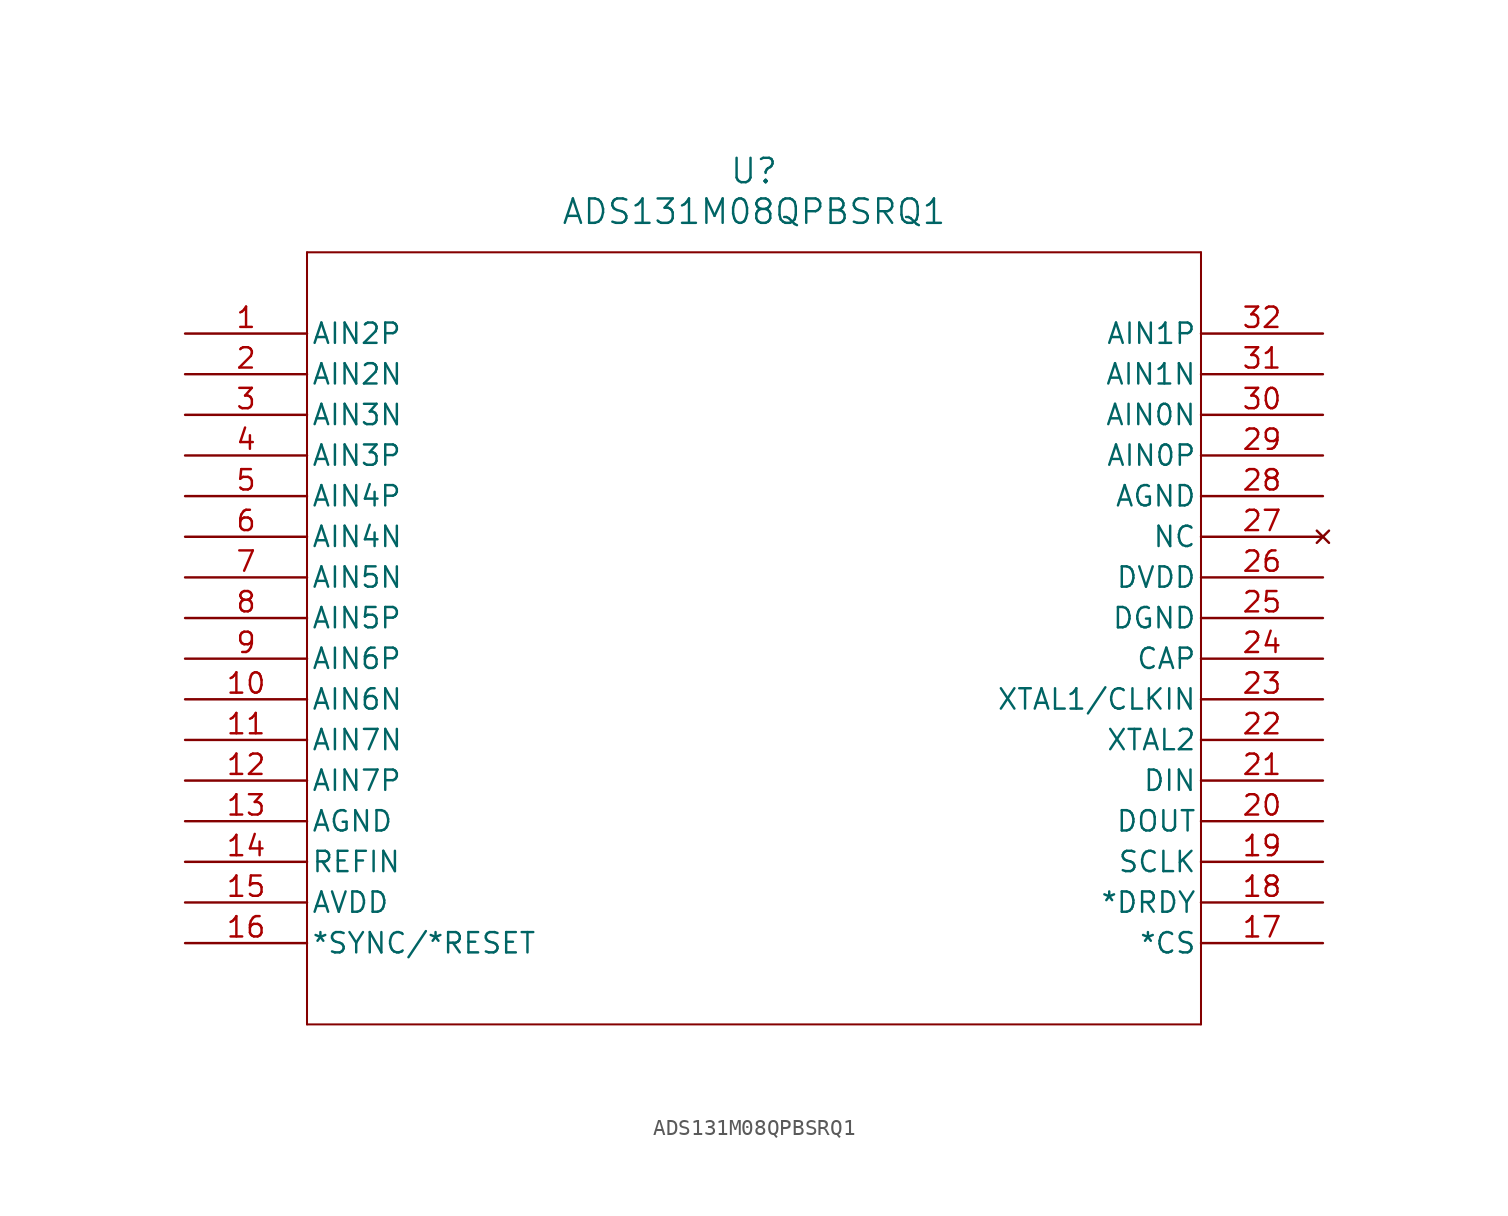
<source format=kicad_sym>
(kicad_symbol_lib
  (version 20211014)
  (generator kicad_symbol_editor)
  (symbol "ADS131M08QPBSRQ1"
    (pin_names
      (offset 0.254))
    (property "Reference" "U"
      (at 35.56 10.16 0)
      (effects (font (size 1.524 1.524))))
    (property "Value" "ADS131M08QPBSRQ1"
      (at 35.56 7.62 0)
      (effects (font (size 1.524 1.524))))
    (symbol "ADS131M08QPBSRQ1_0_1"
      (polyline (pts (xy 7.62 5.08) (xy 7.62 -43.18)) (stroke (width 0.127) (type default) (color 0 0 0 0)) (fill (type none)))
      (polyline (pts (xy 7.62 -43.18) (xy 63.5 -43.18)) (stroke (width 0.127) (type default) (color 0 0 0 0)) (fill (type none)))
      (polyline (pts (xy 63.5 -43.18) (xy 63.5 5.08)) (stroke (width 0.127) (type default) (color 0 0 0 0)) (fill (type none)))
      (polyline (pts (xy 63.5 5.08) (xy 7.62 5.08)) (stroke (width 0.127) (type default) (color 0 0 0 0)) (fill (type none)))
      (pin input line (at 0 0 0) (length 7.62) (name "AIN2P" (effects (font (size 1.27 1.27)))) (number "1" (effects (font (size 1.27 1.27)))))
      (pin input line (at 0 -2.54 0) (length 7.62) (name "AIN2N" (effects (font (size 1.27 1.27)))) (number "2" (effects (font (size 1.27 1.27)))))
      (pin input line (at 0 -5.08 0) (length 7.62) (name "AIN3N" (effects (font (size 1.27 1.27)))) (number "3" (effects (font (size 1.27 1.27)))))
      (pin input line (at 0 -7.62 0) (length 7.62) (name "AIN3P" (effects (font (size 1.27 1.27)))) (number "4" (effects (font (size 1.27 1.27)))))
      (pin input line (at 0 -10.16 0) (length 7.62) (name "AIN4P" (effects (font (size 1.27 1.27)))) (number "5" (effects (font (size 1.27 1.27)))))
      (pin input line (at 0 -12.7 0) (length 7.62) (name "AIN4N" (effects (font (size 1.27 1.27)))) (number "6" (effects (font (size 1.27 1.27)))))
      (pin input line (at 0 -15.24 0) (length 7.62) (name "AIN5N" (effects (font (size 1.27 1.27)))) (number "7" (effects (font (size 1.27 1.27)))))
      (pin input line (at 0 -17.78 0) (length 7.62) (name "AIN5P" (effects (font (size 1.27 1.27)))) (number "8" (effects (font (size 1.27 1.27)))))
      (pin input line (at 0 -20.32 0) (length 7.62) (name "AIN6P" (effects (font (size 1.27 1.27)))) (number "9" (effects (font (size 1.27 1.27)))))
      (pin input line (at 0 -22.86 0) (length 7.62) (name "AIN6N" (effects (font (size 1.27 1.27)))) (number "10" (effects (font (size 1.27 1.27)))))
      (pin input line (at 0 -25.4 0) (length 7.62) (name "AIN7N" (effects (font (size 1.27 1.27)))) (number "11" (effects (font (size 1.27 1.27)))))
      (pin input line (at 0 -27.94 0) (length 7.62) (name "AIN7P" (effects (font (size 1.27 1.27)))) (number "12" (effects (font (size 1.27 1.27)))))
      (pin power_out line (at 0 -30.48 0) (length 7.62) (name "AGND" (effects (font (size 1.27 1.27)))) (number "13" (effects (font (size 1.27 1.27)))))
      (pin power_in line (at 0 -33.02 0) (length 7.62) (name "REFIN" (effects (font (size 1.27 1.27)))) (number "14" (effects (font (size 1.27 1.27)))))
      (pin power_in line (at 0 -35.56 0) (length 7.62) (name "AVDD" (effects (font (size 1.27 1.27)))) (number "15" (effects (font (size 1.27 1.27)))))
      (pin input line (at 0 -38.1 0) (length 7.62) (name "*SYNC/*RESET" (effects (font (size 1.27 1.27)))) (number "16" (effects (font (size 1.27 1.27)))))
      (pin input line (at 71.12 -38.1 180) (length 7.62) (name "*CS" (effects (font (size 1.27 1.27)))) (number "17" (effects (font (size 1.27 1.27)))))
      (pin output line (at 71.12 -35.56 180) (length 7.62) (name "*DRDY" (effects (font (size 1.27 1.27)))) (number "18" (effects (font (size 1.27 1.27)))))
      (pin input line (at 71.12 -33.02 180) (length 7.62) (name "SCLK" (effects (font (size 1.27 1.27)))) (number "19" (effects (font (size 1.27 1.27)))))
      (pin output line (at 71.12 -30.48 180) (length 7.62) (name "DOUT" (effects (font (size 1.27 1.27)))) (number "20" (effects (font (size 1.27 1.27)))))
      (pin input line (at 71.12 -27.94 180) (length 7.62) (name "DIN" (effects (font (size 1.27 1.27)))) (number "21" (effects (font (size 1.27 1.27)))))
      (pin output line (at 71.12 -25.4 180) (length 7.62) (name "XTAL2" (effects (font (size 1.27 1.27)))) (number "22" (effects (font (size 1.27 1.27)))))
      (pin input line (at 71.12 -22.86 180) (length 7.62) (name "XTAL1/CLKIN" (effects (font (size 1.27 1.27)))) (number "23" (effects (font (size 1.27 1.27)))))
      (pin output line (at 71.12 -20.32 180) (length 7.62) (name "CAP" (effects (font (size 1.27 1.27)))) (number "24" (effects (font (size 1.27 1.27)))))
      (pin power_out line (at 71.12 -17.78 180) (length 7.62) (name "DGND" (effects (font (size 1.27 1.27)))) (number "25" (effects (font (size 1.27 1.27)))))
      (pin power_in line (at 71.12 -15.24 180) (length 7.62) (name "DVDD" (effects (font (size 1.27 1.27)))) (number "26" (effects (font (size 1.27 1.27)))))
      (pin no_connect line (at 71.12 -12.7 180) (length 7.62) (name "NC" (effects (font (size 1.27 1.27)))) (number "27" (effects (font (size 1.27 1.27)))))
      (pin power_out line (at 71.12 -10.16 180) (length 7.62) (name "AGND" (effects (font (size 1.27 1.27)))) (number "28" (effects (font (size 1.27 1.27)))))
      (pin input line (at 71.12 -7.62 180) (length 7.62) (name "AIN0P" (effects (font (size 1.27 1.27)))) (number "29" (effects (font (size 1.27 1.27)))))
      (pin input line (at 71.12 -5.08 180) (length 7.62) (name "AIN0N" (effects (font (size 1.27 1.27)))) (number "30" (effects (font (size 1.27 1.27)))))
      (pin input line (at 71.12 -2.54 180) (length 7.62) (name "AIN1N" (effects (font (size 1.27 1.27)))) (number "31" (effects (font (size 1.27 1.27)))))
      (pin input line (at 71.12 0 180) (length 7.62) (name "AIN1P" (effects (font (size 1.27 1.27)))) (number "32" (effects (font (size 1.27 1.27))))))))
</source>
